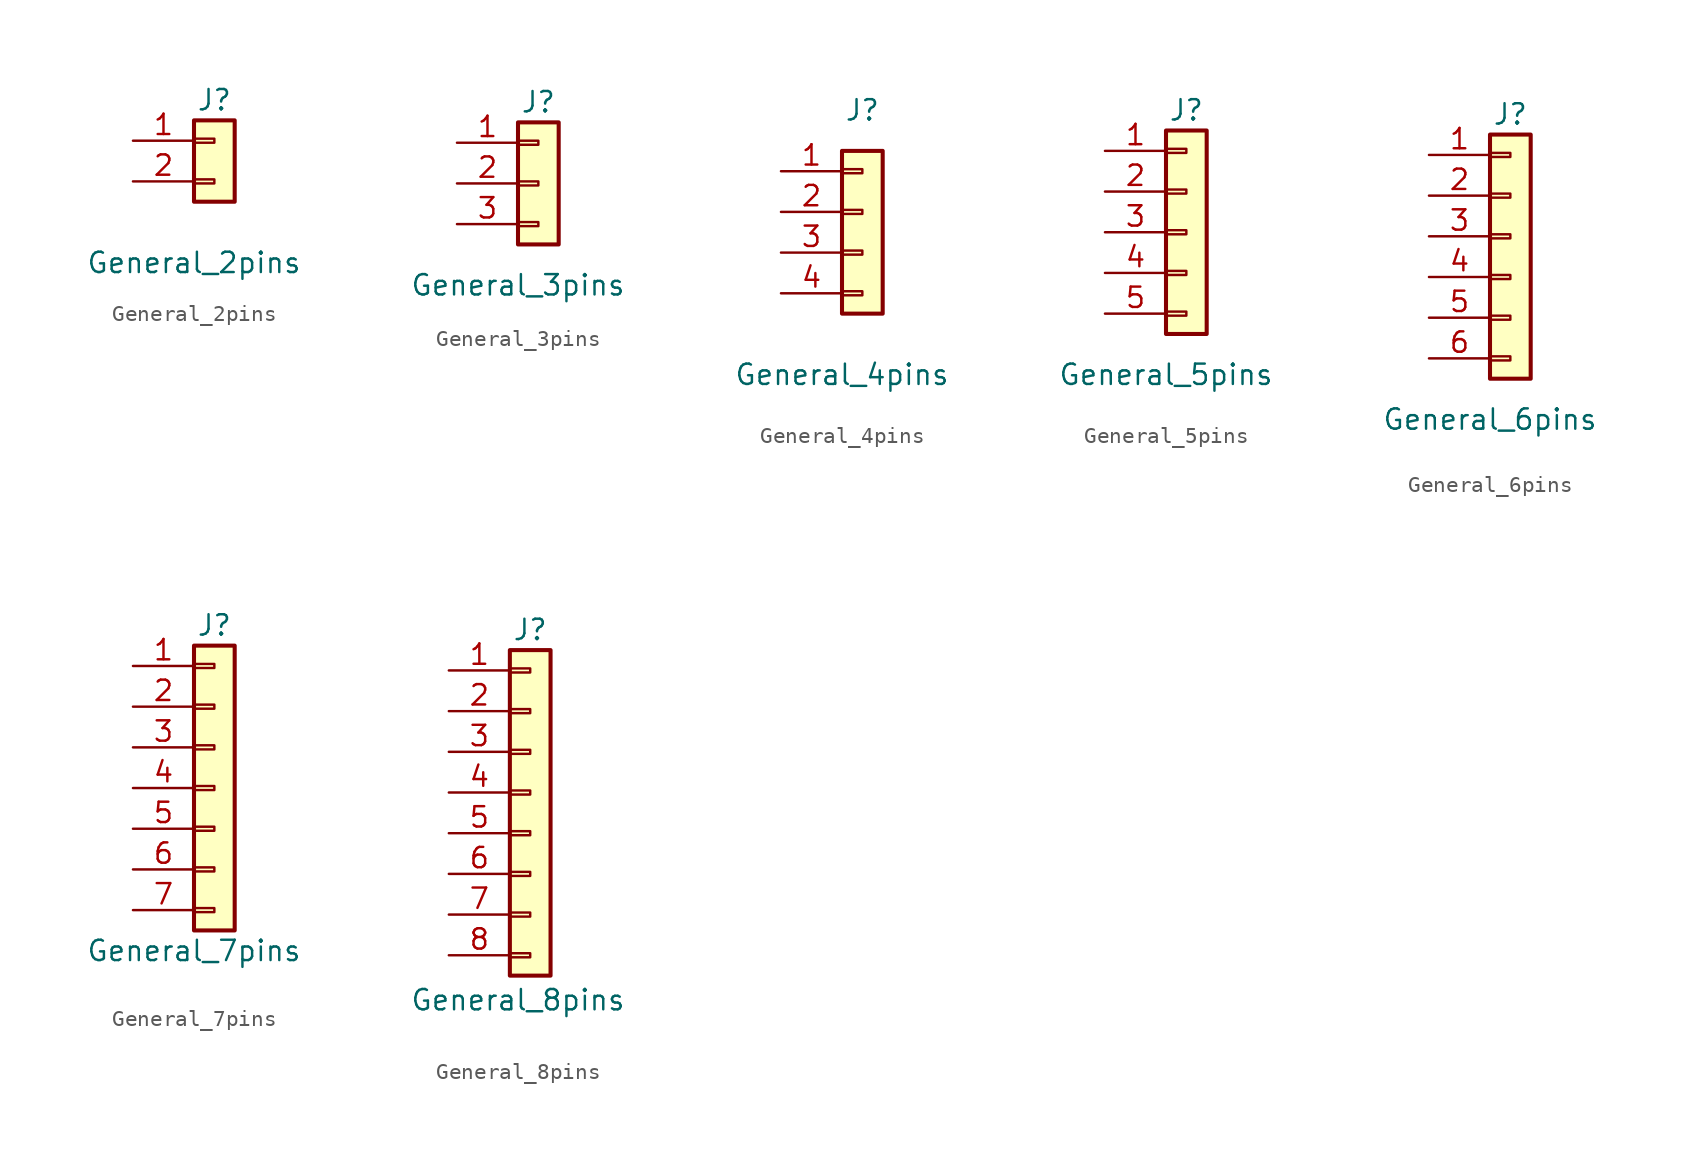
<source format=kicad_sym>
(kicad_symbol_lib
  (version 20231120)
  (generator "kicad_symbol_editor")
  (generator_version "8.0")
  (symbol "General_2pins"
    (pin_names
      (offset 1.016) hide)
    (property "Reference" "J"
      (at 1.27 3.81 0)
      (effects (font (size 1.27 1.27))))
    (property "Value" "General_2pins"
      (at 0 -6.35 0)
      (effects (font (size 1.27 1.27))))
    (symbol "General_2pins_1_1"
      (rectangle (start 0 -1.143) (end 1.27 -1.397) (stroke (width 0.152) (type default)) (fill (type none)))
      (rectangle (start 0 1.397) (end 1.27 1.143) (stroke (width 0.152) (type default)) (fill (type none)))
      (rectangle (start 0 2.54) (end 2.54 -2.54) (stroke (width 0.254) (type default)) (fill (type background)))
      (pin passive line (at -3.81 1.27 0) (length 3.81) (name "Pin_1" (effects (font (size 1.27 1.27)))) (number "1" (effects (font (size 1.27 1.27)))))
      (pin passive line (at -3.81 -1.27 0) (length 3.81) (name "Pin_2" (effects (font (size 1.27 1.27)))) (number "2" (effects (font (size 1.27 1.27)))))))
  (symbol "General_3pins"
    (pin_names
      (offset 1.016) hide)
    (property "Reference" "J"
      (at 1.27 5.08 0)
      (effects (font (size 1.27 1.27))))
    (property "Value" "General_3pins"
      (at 0 -6.35 0)
      (effects (font (size 1.27 1.27))))
    (symbol "General_3pins_1_1"
      (rectangle (start 0 -2.413) (end 1.27 -2.667) (stroke (width 0.152) (type default)) (fill (type none)))
      (rectangle (start 0 0.127) (end 1.27 -0.127) (stroke (width 0.152) (type default)) (fill (type none)))
      (rectangle (start 0 2.667) (end 1.27 2.413) (stroke (width 0.152) (type default)) (fill (type none)))
      (rectangle (start 0 3.81) (end 2.54 -3.81) (stroke (width 0.254) (type default)) (fill (type background)))
      (pin passive line (at -3.81 2.54 0) (length 3.81) (name "Pin_1" (effects (font (size 1.27 1.27)))) (number "1" (effects (font (size 1.27 1.27)))))
      (pin passive line (at -3.81 0 0) (length 3.81) (name "Pin_2" (effects (font (size 1.27 1.27)))) (number "2" (effects (font (size 1.27 1.27)))))
      (pin passive line (at -3.81 -2.54 0) (length 3.81) (name "Pin_3" (effects (font (size 1.27 1.27)))) (number "3" (effects (font (size 1.27 1.27)))))))
  (symbol "General_4pins"
    (pin_names
      (offset 1.016) hide)
    (property "Reference" "J"
      (at 1.27 7.62 0)
      (effects (font (size 1.27 1.27))))
    (property "Value" "General_4pins"
      (at 0 -8.89 0)
      (effects (font (size 1.27 1.27))))
    (symbol "General_4pins_1_1"
      (rectangle (start 0 -3.683) (end 1.27 -3.937) (stroke (width 0.152) (type default)) (fill (type none)))
      (rectangle (start 0 -1.143) (end 1.27 -1.397) (stroke (width 0.152) (type default)) (fill (type none)))
      (rectangle (start 0 1.397) (end 1.27 1.143) (stroke (width 0.152) (type default)) (fill (type none)))
      (rectangle (start 0 3.937) (end 1.27 3.683) (stroke (width 0.152) (type default)) (fill (type none)))
      (rectangle (start 0 5.08) (end 2.54 -5.08) (stroke (width 0.254) (type default)) (fill (type background)))
      (pin passive line (at -3.81 3.81 0) (length 3.81) (name "Pin_1" (effects (font (size 1.27 1.27)))) (number "1" (effects (font (size 1.27 1.27)))))
      (pin passive line (at -3.81 1.27 0) (length 3.81) (name "Pin_2" (effects (font (size 1.27 1.27)))) (number "2" (effects (font (size 1.27 1.27)))))
      (pin passive line (at -3.81 -1.27 0) (length 3.81) (name "Pin_3" (effects (font (size 1.27 1.27)))) (number "3" (effects (font (size 1.27 1.27)))))
      (pin passive line (at -3.81 -3.81 0) (length 3.81) (name "Pin_4" (effects (font (size 1.27 1.27)))) (number "4" (effects (font (size 1.27 1.27)))))))
  (symbol "General_5pins"
    (pin_names
      (offset 1.016) hide)
    (property "Reference" "J"
      (at 1.27 7.62 0)
      (effects (font (size 1.27 1.27))))
    (property "Value" "General_5pins"
      (at 0 -8.89 0)
      (effects (font (size 1.27 1.27))))
    (symbol "General_5pins_1_1"
      (rectangle (start 0 -4.953) (end 1.27 -5.207) (stroke (width 0.152) (type default)) (fill (type none)))
      (rectangle (start 0 -2.413) (end 1.27 -2.667) (stroke (width 0.152) (type default)) (fill (type none)))
      (rectangle (start 0 0.127) (end 1.27 -0.127) (stroke (width 0.152) (type default)) (fill (type none)))
      (rectangle (start 0 2.667) (end 1.27 2.413) (stroke (width 0.152) (type default)) (fill (type none)))
      (rectangle (start 0 5.207) (end 1.27 4.953) (stroke (width 0.152) (type default)) (fill (type none)))
      (rectangle (start 0 6.35) (end 2.54 -6.35) (stroke (width 0.254) (type default)) (fill (type background)))
      (pin passive line (at -3.81 5.08 0) (length 3.81) (name "Pin_1" (effects (font (size 1.27 1.27)))) (number "1" (effects (font (size 1.27 1.27)))))
      (pin passive line (at -3.81 2.54 0) (length 3.81) (name "Pin_2" (effects (font (size 1.27 1.27)))) (number "2" (effects (font (size 1.27 1.27)))))
      (pin passive line (at -3.81 0 0) (length 3.81) (name "Pin_3" (effects (font (size 1.27 1.27)))) (number "3" (effects (font (size 1.27 1.27)))))
      (pin passive line (at -3.81 -2.54 0) (length 3.81) (name "Pin_4" (effects (font (size 1.27 1.27)))) (number "4" (effects (font (size 1.27 1.27)))))
      (pin passive line (at -3.81 -5.08 0) (length 3.81) (name "Pin_5" (effects (font (size 1.27 1.27)))) (number "5" (effects (font (size 1.27 1.27)))))))
  (symbol "General_6pins"
    (pin_names
      (offset 1.016) hide)
    (property "Reference" "J"
      (at 1.27 8.89 0)
      (effects (font (size 1.27 1.27))))
    (property "Value" "General_6pins"
      (at 0 -10.16 0)
      (effects (font (size 1.27 1.27))))
    (symbol "General_6pins_1_1"
      (rectangle (start 0 -6.223) (end 1.27 -6.477) (stroke (width 0.152) (type default)) (fill (type none)))
      (rectangle (start 0 -3.683) (end 1.27 -3.937) (stroke (width 0.152) (type default)) (fill (type none)))
      (rectangle (start 0 -1.143) (end 1.27 -1.397) (stroke (width 0.152) (type default)) (fill (type none)))
      (rectangle (start 0 1.397) (end 1.27 1.143) (stroke (width 0.152) (type default)) (fill (type none)))
      (rectangle (start 0 3.937) (end 1.27 3.683) (stroke (width 0.152) (type default)) (fill (type none)))
      (rectangle (start 0 6.477) (end 1.27 6.223) (stroke (width 0.152) (type default)) (fill (type none)))
      (rectangle (start 0 7.62) (end 2.54 -7.62) (stroke (width 0.254) (type default)) (fill (type background)))
      (pin passive line (at -3.81 6.35 0) (length 3.81) (name "Pin_1" (effects (font (size 1.27 1.27)))) (number "1" (effects (font (size 1.27 1.27)))))
      (pin passive line (at -3.81 3.81 0) (length 3.81) (name "Pin_2" (effects (font (size 1.27 1.27)))) (number "2" (effects (font (size 1.27 1.27)))))
      (pin passive line (at -3.81 1.27 0) (length 3.81) (name "Pin_3" (effects (font (size 1.27 1.27)))) (number "3" (effects (font (size 1.27 1.27)))))
      (pin passive line (at -3.81 -1.27 0) (length 3.81) (name "Pin_4" (effects (font (size 1.27 1.27)))) (number "4" (effects (font (size 1.27 1.27)))))
      (pin passive line (at -3.81 -3.81 0) (length 3.81) (name "Pin_5" (effects (font (size 1.27 1.27)))) (number "5" (effects (font (size 1.27 1.27)))))
      (pin passive line (at -3.81 -6.35 0) (length 3.81) (name "Pin_6" (effects (font (size 1.27 1.27)))) (number "6" (effects (font (size 1.27 1.27)))))))
  (symbol "General_7pins"
    (pin_names
      (offset 1.016) hide)
    (property "Reference" "J"
      (at 1.27 10.16 0)
      (effects (font (size 1.27 1.27))))
    (property "Value" "General_7pins"
      (at 0 -10.16 0)
      (effects (font (size 1.27 1.27))))
    (symbol "General_7pins_1_1"
      (rectangle (start 0 -7.493) (end 1.27 -7.747) (stroke (width 0.152) (type default)) (fill (type none)))
      (rectangle (start 0 -4.953) (end 1.27 -5.207) (stroke (width 0.152) (type default)) (fill (type none)))
      (rectangle (start 0 -2.413) (end 1.27 -2.667) (stroke (width 0.152) (type default)) (fill (type none)))
      (rectangle (start 0 0.127) (end 1.27 -0.127) (stroke (width 0.152) (type default)) (fill (type none)))
      (rectangle (start 0 2.667) (end 1.27 2.413) (stroke (width 0.152) (type default)) (fill (type none)))
      (rectangle (start 0 5.207) (end 1.27 4.953) (stroke (width 0.152) (type default)) (fill (type none)))
      (rectangle (start 0 7.747) (end 1.27 7.493) (stroke (width 0.152) (type default)) (fill (type none)))
      (rectangle (start 0 8.89) (end 2.54 -8.89) (stroke (width 0.254) (type default)) (fill (type background)))
      (pin passive line (at -3.81 7.62 0) (length 3.81) (name "Pin_1" (effects (font (size 1.27 1.27)))) (number "1" (effects (font (size 1.27 1.27)))))
      (pin passive line (at -3.81 5.08 0) (length 3.81) (name "Pin_2" (effects (font (size 1.27 1.27)))) (number "2" (effects (font (size 1.27 1.27)))))
      (pin passive line (at -3.81 2.54 0) (length 3.81) (name "Pin_3" (effects (font (size 1.27 1.27)))) (number "3" (effects (font (size 1.27 1.27)))))
      (pin passive line (at -3.81 0 0) (length 3.81) (name "Pin_4" (effects (font (size 1.27 1.27)))) (number "4" (effects (font (size 1.27 1.27)))))
      (pin passive line (at -3.81 -2.54 0) (length 3.81) (name "Pin_5" (effects (font (size 1.27 1.27)))) (number "5" (effects (font (size 1.27 1.27)))))
      (pin passive line (at -3.81 -5.08 0) (length 3.81) (name "Pin_6" (effects (font (size 1.27 1.27)))) (number "6" (effects (font (size 1.27 1.27)))))
      (pin passive line (at -3.81 -7.62 0) (length 3.81) (name "Pin_7" (effects (font (size 1.27 1.27)))) (number "7" (effects (font (size 1.27 1.27)))))))
  (symbol "General_8pins"
    (pin_names
      (offset 1.016) hide)
    (property "Reference" "J"
      (at 1.27 10.16 0)
      (effects (font (size 1.27 1.27))))
    (property "Value" "General_8pins"
      (at 0.508 -12.954 0)
      (effects (font (size 1.27 1.27))))
    (symbol "General_8pins_1_1"
      (rectangle (start 0 -10.033) (end 1.27 -10.287) (stroke (width 0.152) (type default)) (fill (type none)))
      (rectangle (start 0 -7.493) (end 1.27 -7.747) (stroke (width 0.152) (type default)) (fill (type none)))
      (rectangle (start 0 -4.953) (end 1.27 -5.207) (stroke (width 0.152) (type default)) (fill (type none)))
      (rectangle (start 0 -2.413) (end 1.27 -2.667) (stroke (width 0.152) (type default)) (fill (type none)))
      (rectangle (start 0 0.127) (end 1.27 -0.127) (stroke (width 0.152) (type default)) (fill (type none)))
      (rectangle (start 0 2.667) (end 1.27 2.413) (stroke (width 0.152) (type default)) (fill (type none)))
      (rectangle (start 0 5.207) (end 1.27 4.953) (stroke (width 0.152) (type default)) (fill (type none)))
      (rectangle (start 0 7.747) (end 1.27 7.493) (stroke (width 0.152) (type default)) (fill (type none)))
      (rectangle (start 0 8.89) (end 2.54 -11.43) (stroke (width 0.254) (type default)) (fill (type background)))
      (pin passive line (at -3.81 7.62 0) (length 3.81) (name "Pin_1" (effects (font (size 1.27 1.27)))) (number "1" (effects (font (size 1.27 1.27)))))
      (pin passive line (at -3.81 5.08 0) (length 3.81) (name "Pin_2" (effects (font (size 1.27 1.27)))) (number "2" (effects (font (size 1.27 1.27)))))
      (pin passive line (at -3.81 2.54 0) (length 3.81) (name "Pin_3" (effects (font (size 1.27 1.27)))) (number "3" (effects (font (size 1.27 1.27)))))
      (pin passive line (at -3.81 0 0) (length 3.81) (name "Pin_4" (effects (font (size 1.27 1.27)))) (number "4" (effects (font (size 1.27 1.27)))))
      (pin passive line (at -3.81 -2.54 0) (length 3.81) (name "Pin_5" (effects (font (size 1.27 1.27)))) (number "5" (effects (font (size 1.27 1.27)))))
      (pin passive line (at -3.81 -5.08 0) (length 3.81) (name "Pin_6" (effects (font (size 1.27 1.27)))) (number "6" (effects (font (size 1.27 1.27)))))
      (pin passive line (at -3.81 -7.62 0) (length 3.81) (name "Pin_7" (effects (font (size 1.27 1.27)))) (number "7" (effects (font (size 1.27 1.27)))))
      (pin passive line (at -3.81 -10.16 0) (length 3.81) (name "Pin_8" (effects (font (size 1.27 1.27)))) (number "8" (effects (font (size 1.27 1.27))))))))
</source>
